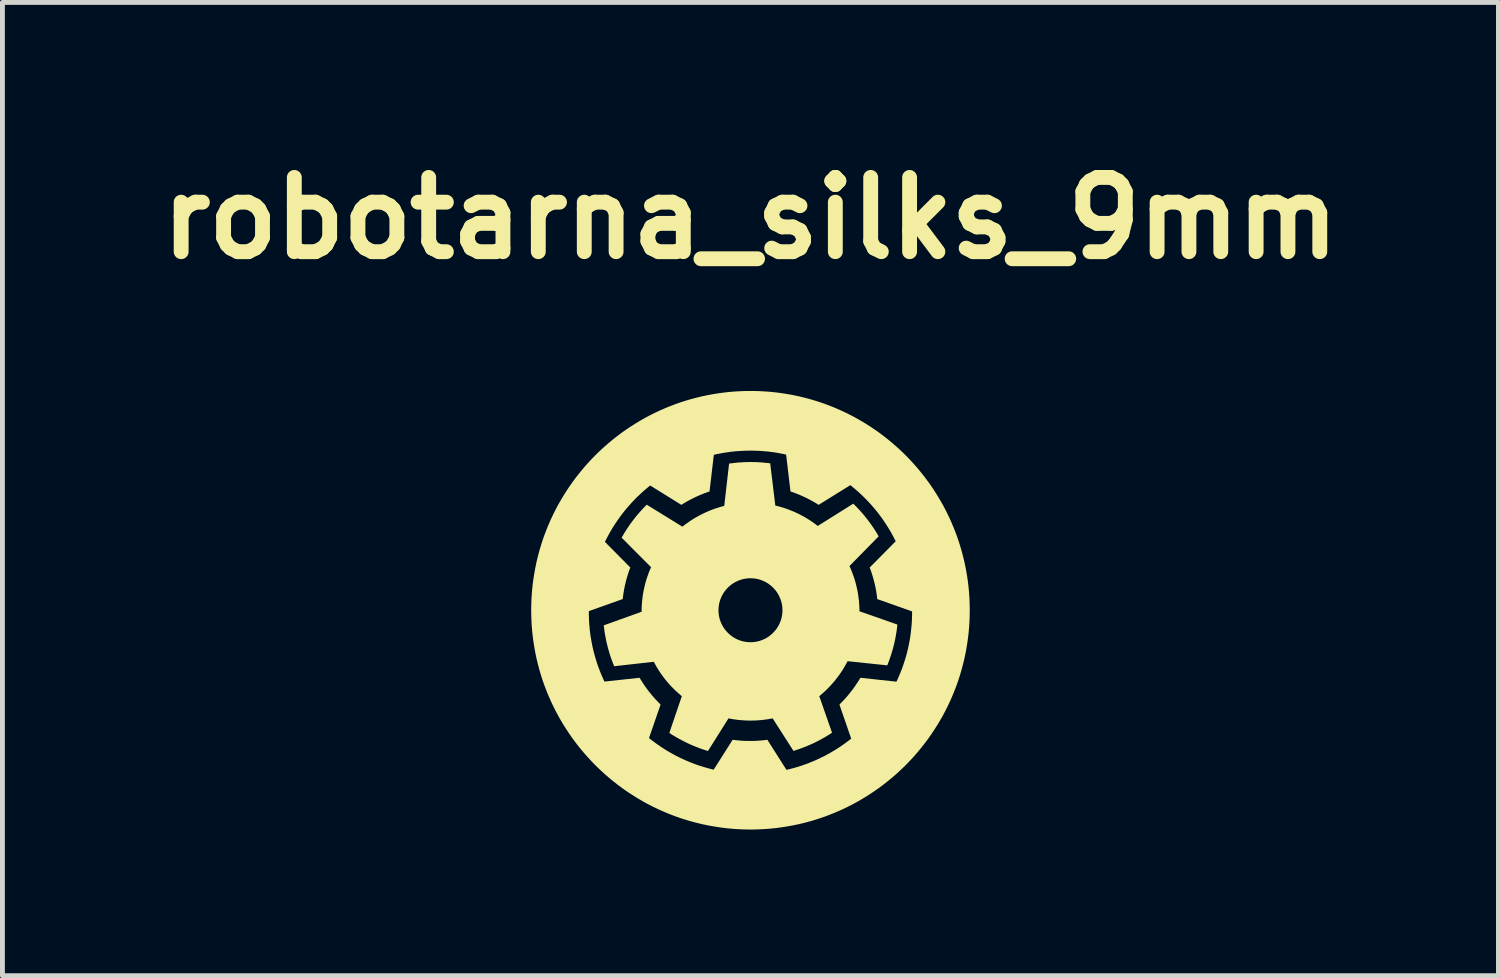
<source format=kicad_pcb>
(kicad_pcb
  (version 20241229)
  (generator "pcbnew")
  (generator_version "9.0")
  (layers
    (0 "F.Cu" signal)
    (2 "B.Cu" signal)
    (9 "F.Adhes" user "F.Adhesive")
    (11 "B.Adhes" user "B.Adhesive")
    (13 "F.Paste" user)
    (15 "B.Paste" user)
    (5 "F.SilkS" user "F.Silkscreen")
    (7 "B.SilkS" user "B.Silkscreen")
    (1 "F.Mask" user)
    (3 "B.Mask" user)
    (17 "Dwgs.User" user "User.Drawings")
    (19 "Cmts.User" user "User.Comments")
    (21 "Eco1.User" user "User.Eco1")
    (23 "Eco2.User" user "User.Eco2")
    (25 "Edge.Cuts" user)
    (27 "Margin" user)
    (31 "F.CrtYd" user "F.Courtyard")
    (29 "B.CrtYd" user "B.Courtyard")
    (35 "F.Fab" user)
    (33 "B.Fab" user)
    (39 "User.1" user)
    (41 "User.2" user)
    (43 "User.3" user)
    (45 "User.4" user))
  (footprint "robotarna_silks_9mm"
    (layer "F.Cu")
    (at 12.352 9.474)
    (property "Reference" "robotarna_silks_9mm" (at 0 -8.048 0) (layer "F.SilkS") (effects (font (size 1.524 1.524) (thickness 0.305))))
    (attr smd)
    (fp_poly (pts (xy -0.000008 0.656) (xy -2.975 0.552) (xy -2.966 0.6) (xy -2.956 0.647) (xy -2.945 0.694) (xy -2.933 0.741) (xy -2.921 0.788) (xy -2.908 0.834) (xy -2.894 0.88) (xy -2.88 0.926) (xy -2.865 0.971) (xy -2.849 1.016) (xy -2.832 1.061) (xy -2.815 1.105) (xy -2.797 1.149) (xy -1.984 1.058) (xy -1.961 1.101) (xy -1.937 1.143) (xy -1.913 1.185) (xy -1.887 1.226) (xy -1.861 1.267) (xy -1.834 1.307) (xy -1.806 1.346) (xy -1.777 1.385) (xy -1.747 1.423) (xy -1.717 1.46) (xy -1.685 1.497) (xy -1.653 1.533) (xy -1.62 1.568) (xy -1.587 1.602) (xy -1.553 1.636) (xy -1.518 1.669) (xy -1.482 1.702) (xy -1.446 1.733) (xy -1.409 1.764) (xy -1.665 2.518) (xy -1.625 2.544) (xy -1.584 2.57) (xy -1.542 2.595) (xy -1.5 2.619) (xy -1.458 2.643) (xy -1.415 2.666) (xy -1.372 2.688) (xy -1.329 2.71) (xy -1.285 2.731) (xy -1.24 2.752) (xy -1.196 2.771) (xy -1.15 2.79) (xy -1.105 2.808) (xy -1.059 2.826) (xy -1.013 2.843) (xy -0.966 2.859) (xy -0.92 2.874) (xy -0.872 2.889) (xy -0.451 2.219) (xy -0.402 2.229) (xy -0.353 2.237) (xy -0.304 2.244) (xy -0.254 2.25) (xy -0.204 2.255) (xy -0.154 2.259) (xy -0.104 2.262) (xy -0.053 2.264) (xy -0.002 2.265) (xy 0.045 2.264) (xy 0.092 2.263) (xy 0.138 2.261) (xy 0.184 2.257) (xy 0.23 2.253) (xy 0.276 2.248) (xy 0.321 2.242) (xy 0.366 2.235) (xy 0.411 2.227) (xy 0.455 2.219) (xy 0.883 2.887) (xy 0.93 2.872) (xy 0.977 2.856) (xy 1.023 2.84) (xy 1.069 2.823) (xy 1.115 2.806) (xy 1.16 2.787) (xy 1.205 2.768) (xy 1.25 2.749) (xy 1.294 2.728) (xy 1.338 2.707) (xy 1.381 2.685) (xy 1.424 2.663) (xy 1.467 2.639) (xy 1.509 2.616) (xy 1.551 2.591) (xy 1.592 2.566) (xy 1.633 2.54) (xy 1.674 2.514) (xy 1.412 1.764) (xy 1.449 1.732) (xy 1.486 1.7) (xy 1.522 1.667) (xy 1.558 1.634) (xy 1.593 1.599) (xy 1.626 1.564) (xy 1.66 1.528) (xy 1.692 1.492) (xy 1.724 1.455) (xy 1.754 1.417) (xy 1.784 1.378) (xy 1.813 1.339) (xy 1.842 1.299) (xy 1.869 1.258) (xy 1.896 1.217) (xy 1.921 1.175) (xy 1.946 1.132) (xy 1.97 1.089) (xy 1.993 1.046) (xy 2.807 1.131) (xy 2.825 1.087) (xy 2.842 1.043) (xy 2.858 0.998) (xy 2.873 0.953) (xy 2.888 0.908) (xy 2.902 0.862) (xy 2.916 0.816) (xy 2.928 0.77) (xy 2.94 0.724) (xy 2.952 0.677) (xy 2.962 0.63) (xy 2.972 0.583) (xy 2.981 0.535) (xy 2.989 0.488) (xy 2.997 0.439) (xy 3.004 0.391) (xy 3.01 0.343) (xy 3.015 0.294) (xy 2.237 0.021) (xy 2.236 -0.032) (xy 2.234 -0.084) (xy 2.231 -0.135) (xy 2.227 -0.186) (xy 2.221 -0.237) (xy 2.214 -0.288) (xy 2.207 -0.338) (xy 2.198 -0.388) (xy 2.188 -0.437) (xy 2.177 -0.486) (xy 2.165 -0.535) (xy 2.152 -0.583) (xy 2.138 -0.631) (xy 2.123 -0.678) (xy 2.106 -0.725) (xy 2.089 -0.771) (xy 2.071 -0.817) (xy 2.052 -0.863) (xy 2.032 -0.907) (xy 2.631 -1.517) (xy 2.606 -1.56) (xy 2.58 -1.603) (xy 2.553 -1.646) (xy 2.526 -1.688) (xy 2.497 -1.729) (xy 2.469 -1.77) (xy 2.439 -1.811) (xy 2.409 -1.851) (xy 2.378 -1.89) (xy 2.347 -1.929) (xy 2.315 -1.968) (xy 2.282 -2.006) (xy 2.249 -2.043) (xy 2.215 -2.08) (xy 2.181 -2.116) (xy 2.146 -2.152) (xy 2.11 -2.187) (xy 1.381 -1.73) (xy 1.343 -1.759) (xy 1.304 -1.788) (xy 1.265 -1.815) (xy 1.225 -1.842) (xy 1.184 -1.868) (xy 1.143 -1.894) (xy 1.101 -1.918) (xy 1.058 -1.941) (xy 1.015 -1.964) (xy 0.972 -1.985) (xy 0.928 -2.006) (xy 0.883 -2.026) (xy 0.838 -2.044) (xy 0.793 -2.062) (xy 0.747 -2.079) (xy 0.7 -2.095) (xy 0.653 -2.11) (xy 0.606 -2.124) (xy 0.558 -2.137) (xy 0.51 -2.148) (xy 0.405 -3.015) (xy 0.356 -3.021) (xy 0.307 -3.026) (xy 0.257 -3.031) (xy 0.207 -3.035) (xy 0.157 -3.038) (xy 0.106 -3.04) (xy 0.056 -3.041) (xy 0.005 -3.042) (xy -0.045 -3.041) (xy -0.095 -3.04) (xy -0.145 -3.038) (xy -0.194 -3.035) (xy -0.244 -3.032) (xy -0.293 -3.027) (xy -0.342 -3.022) (xy -0.39 -3.016) (xy -0.439 -3.01) (xy -0.538 -2.141) (xy -0.585 -2.129) (xy -0.632 -2.115) (xy -0.679 -2.101) (xy -0.726 -2.086) (xy -0.772 -2.069) (xy -0.817 -2.052) (xy -0.862 -2.034) (xy -0.906 -2.014) (xy -0.95 -1.994) (xy -0.994 -1.973) (xy -1.037 -1.951) (xy -1.079 -1.928) (xy -1.121 -1.905) (xy -1.162 -1.88) (xy -1.203 -1.855) (xy -1.243 -1.828) (xy -1.282 -1.801) (xy -1.321 -1.773) (xy -1.36 -1.745) (xy -1.397 -1.715) (xy -2.129 -2.166) (xy -2.164 -2.131) (xy -2.199 -2.095) (xy -2.233 -2.058) (xy -2.266 -2.021) (xy -2.299 -1.983) (xy -2.332 -1.945) (xy -2.363 -1.906) (xy -2.395 -1.866) (xy -2.425 -1.826) (xy -2.455 -1.786) (xy -2.484 -1.745) (xy -2.512 -1.703) (xy -2.54 -1.661) (xy -2.567 -1.619) (xy -2.594 -1.576) (xy -2.619 -1.532) (xy -2.644 -1.489) (xy -2.04 -0.883) (xy -2.059 -0.839) (xy -2.078 -0.795) (xy -2.095 -0.749) (xy -2.111 -0.704) (xy -2.127 -0.658) (xy -2.141 -0.612) (xy -2.155 -0.565) (xy -2.167 -0.517) (xy -2.178 -0.47) (xy -2.189 -0.422) (xy -2.198 -0.373) (xy -2.207 -0.325) (xy -2.214 -0.275) (xy -2.22 -0.226) (xy -2.225 -0.176) (xy -2.229 -0.126) (xy -2.232 -0.075) (xy -2.234 -0.025) (xy -2.234 0.026) (xy -2.234 0.031) (xy -3.011 0.31) (xy -3.005 0.359) (xy -2.999 0.407) (xy -2.992 0.456) (xy -2.984 0.504) (xy -2.975 0.552) (xy -0.000008 0.656) (xy -0.047 0.655) (xy -0.093 0.65) (xy -0.138 0.642) (xy -0.182 0.631) (xy -0.224 0.617) (xy -0.266 0.6) (xy -0.306 0.581) (xy -0.344 0.559) (xy -0.381 0.535) (xy -0.415 0.508) (xy -0.448 0.479) (xy -0.479 0.448) (xy -0.508 0.415) (xy -0.535 0.381) (xy -0.559 0.344) (xy -0.581 0.306) (xy -0.6 0.266) (xy -0.617 0.224) (xy -0.631 0.182) (xy -0.642 0.138) (xy -0.65 0.093) (xy -0.655 0.047) (xy -0.656 0.000015) (xy -0.655 -0.047) (xy -0.65 -0.093) (xy -0.642 -0.138) (xy -0.631 -0.182) (xy -0.617 -0.224) (xy -0.6 -0.266) (xy -0.581 -0.306) (xy -0.559 -0.344) (xy -0.535 -0.381) (xy -0.508 -0.415) (xy -0.479 -0.448) (xy -0.448 -0.479) (xy -0.415 -0.508) (xy -0.381 -0.535) (xy -0.344 -0.559) (xy -0.306 -0.581) (xy -0.266 -0.6) (xy -0.224 -0.617) (xy -0.182 -0.631) (xy -0.138 -0.642) (xy -0.093 -0.65) (xy -0.047 -0.655) (xy -0.000008 -0.656) (xy 0.047 -0.655) (xy 0.093 -0.65) (xy 0.138 -0.642) (xy 0.182 -0.631) (xy 0.224 -0.617) (xy 0.266 -0.6) (xy 0.306 -0.581) (xy 0.344 -0.559) (xy 0.38 -0.535) (xy 0.415 -0.508) (xy 0.448 -0.479) (xy 0.479 -0.448) (xy 0.508 -0.415) (xy 0.535 -0.381) (xy 0.559 -0.344) (xy 0.581 -0.306) (xy 0.6 -0.266) (xy 0.617 -0.224) (xy 0.631 -0.182) (xy 0.642 -0.138) (xy 0.65 -0.093) (xy 0.655 -0.047) (xy 0.656 0.000015) (xy 0.655 0.047) (xy 0.65 0.093) (xy 0.642 0.138) (xy 0.631 0.182) (xy 0.617 0.224) (xy 0.6 0.266) (xy 0.581 0.306) (xy 0.559 0.344) (xy 0.535 0.381) (xy 0.508 0.415) (xy 0.479 0.448) (xy 0.448 0.479) (xy 0.415 0.508) (xy 0.38 0.535) (xy 0.344 0.559) (xy 0.306 0.581) (xy 0.266 0.6) (xy 0.224 0.617) (xy 0.182 0.631) (xy 0.138 0.642) (xy 0.093 0.65) (xy 0.047 0.655) (xy -0.000008 0.656)) (stroke (width 0) (type solid)) (fill yes) (layer "F.SilkS"))
    (fp_poly (pts (xy 2.996 1.466) (xy 0.665 4.451) (xy 0.711 4.444) (xy 0.758 4.436) (xy 0.804 4.428) (xy 0.85 4.42) (xy 0.895 4.411) (xy 0.941 4.401) (xy 0.987 4.392) (xy 1.032 4.381) (xy 1.077 4.37) (xy 1.122 4.359) (xy 1.167 4.347) (xy 1.211 4.335) (xy 1.255 4.323) (xy 1.3 4.309) (xy 1.344 4.296) (xy 1.387 4.282) (xy 1.431 4.268) (xy 1.474 4.253) (xy 1.518 4.238) (xy 1.561 4.222) (xy 1.603 4.206) (xy 1.646 4.189) (xy 1.688 4.173) (xy 1.731 4.155) (xy 1.773 4.137) (xy 1.814 4.119) (xy 1.856 4.101) (xy 1.897 4.082) (xy 1.938 4.062) (xy 1.979 4.043) (xy 2.02 4.022) (xy 2.06 4.002) (xy 2.1 3.981) (xy 2.14 3.96) (xy 2.18 3.938) (xy 2.219 3.916) (xy 2.258 3.893) (xy 2.297 3.87) (xy 2.336 3.847) (xy 2.374 3.823) (xy 2.412 3.799) (xy 2.45 3.775) (xy 2.488 3.75) (xy 2.525 3.725) (xy 2.562 3.7) (xy 2.599 3.674) (xy 2.636 3.648) (xy 2.672 3.621) (xy 2.708 3.594) (xy 2.744 3.567) (xy 2.779 3.539) (xy 2.815 3.511) (xy 2.849 3.483) (xy 2.884 3.454) (xy 2.918 3.426) (xy 2.952 3.396) (xy 2.986 3.367) (xy 3.019 3.337) (xy 3.053 3.306) (xy 3.085 3.276) (xy 3.118 3.245) (xy 3.15 3.214) (xy 3.182 3.182) (xy 3.214 3.15) (xy 3.245 3.118) (xy 3.276 3.085) (xy 3.306 3.053) (xy 3.337 3.019) (xy 3.367 2.986) (xy 3.396 2.952) (xy 3.426 2.918) (xy 3.454 2.884) (xy 3.483 2.849) (xy 3.511 2.815) (xy 3.539 2.779) (xy 3.567 2.744) (xy 3.594 2.708) (xy 3.621 2.672) (xy 3.648 2.636) (xy 3.674 2.599) (xy 3.7 2.562) (xy 3.725 2.525) (xy 3.75 2.488) (xy 3.775 2.45) (xy 3.799 2.412) (xy 3.823 2.374) (xy 3.847 2.336) (xy 3.87 2.297) (xy 3.893 2.258) (xy 3.916 2.219) (xy 3.938 2.18) (xy 3.96 2.14) (xy 3.981 2.1) (xy 4.002 2.06) (xy 4.022 2.02) (xy 4.043 1.979) (xy 4.062 1.938) (xy 4.082 1.897) (xy 4.101 1.856) (xy 4.119 1.814) (xy 4.137 1.773) (xy 4.155 1.731) (xy 4.173 1.688) (xy 4.189 1.646) (xy 4.206 1.603) (xy 4.222 1.561) (xy 4.238 1.518) (xy 4.253 1.474) (xy 4.268 1.431) (xy 4.282 1.387) (xy 4.296 1.344) (xy 4.309 1.3) (xy 4.323 1.255) (xy 4.335 1.211) (xy 4.347 1.167) (xy 4.359 1.122) (xy 4.37 1.077) (xy 4.381 1.032) (xy 4.392 0.987) (xy 4.401 0.941) (xy 4.411 0.895) (xy 4.42 0.85) (xy 4.428 0.804) (xy 4.436 0.758) (xy 4.444 0.711) (xy 4.451 0.665) (xy 4.458 0.618) (xy 4.464 0.572) (xy 4.47 0.525) (xy 4.475 0.478) (xy 4.48 0.431) (xy 4.484 0.383) (xy 4.488 0.336) (xy 4.491 0.288) (xy 4.494 0.241) (xy 4.496 0.193) (xy 4.498 0.145) (xy 4.499 0.097) (xy 4.5 0.048) (xy 4.5 0.000013) (xy 4.5 -0.048) (xy 4.499 -0.097) (xy 4.498 -0.145) (xy 4.496 -0.193) (xy 4.494 -0.241) (xy 4.491 -0.288) (xy 4.488 -0.336) (xy 4.484 -0.383) (xy 4.48 -0.431) (xy 4.475 -0.478) (xy 4.47 -0.525) (xy 4.464 -0.572) (xy 4.458 -0.618) (xy 4.451 -0.665) (xy 4.444 -0.711) (xy 4.436 -0.758) (xy 4.428 -0.804) (xy 4.42 -0.85) (xy 4.411 -0.895) (xy 4.401 -0.941) (xy 4.392 -0.987) (xy 4.381 -1.032) (xy 4.37 -1.077) (xy 4.359 -1.122) (xy 4.347 -1.167) (xy 4.335 -1.211) (xy 4.323 -1.255) (xy 4.309 -1.3) (xy 4.296 -1.344) (xy 4.282 -1.387) (xy 4.268 -1.431) (xy 4.253 -1.474) (xy 4.238 -1.518) (xy 4.222 -1.561) (xy 4.206 -1.603) (xy 4.189 -1.646) (xy 4.173 -1.688) (xy 4.155 -1.731) (xy 4.137 -1.773) (xy 4.119 -1.814) (xy 4.101 -1.856) (xy 4.082 -1.897) (xy 4.062 -1.938) (xy 4.043 -1.979) (xy 4.022 -2.02) (xy 4.002 -2.06) (xy 3.981 -2.1) (xy 3.96 -2.14) (xy 3.938 -2.18) (xy 3.916 -2.219) (xy 3.893 -2.258) (xy 3.87 -2.297) (xy 3.847 -2.336) (xy 3.823 -2.374) (xy 3.799 -2.412) (xy 3.775 -2.45) (xy 3.75 -2.488) (xy 3.725 -2.525) (xy 3.7 -2.562) (xy 3.674 -2.599) (xy 3.648 -2.636) (xy 3.621 -2.672) (xy 3.594 -2.708) (xy 3.567 -2.744) (xy 3.539 -2.779) (xy 3.511 -2.815) (xy 3.483 -2.849) (xy 3.454 -2.884) (xy 3.426 -2.918) (xy 3.396 -2.952) (xy 3.367 -2.986) (xy 3.337 -3.019) (xy 3.306 -3.053) (xy 3.276 -3.085) (xy 3.245 -3.118) (xy 3.214 -3.15) (xy 3.182 -3.182) (xy 3.15 -3.214) (xy 3.118 -3.245) (xy 3.085 -3.276) (xy 3.053 -3.306) (xy 3.019 -3.337) (xy 2.986 -3.367) (xy 2.952 -3.396) (xy 2.918 -3.426) (xy 2.884 -3.454) (xy 2.849 -3.483) (xy 2.815 -3.511) (xy 2.779 -3.539) (xy 2.744 -3.567) (xy 2.708 -3.594) (xy 2.672 -3.621) (xy 2.636 -3.648) (xy 2.599 -3.674) (xy 2.562 -3.7) (xy 2.525 -3.725) (xy 2.488 -3.75) (xy 2.45 -3.775) (xy 2.412 -3.799) (xy 2.374 -3.823) (xy 2.336 -3.847) (xy 2.297 -3.87) (xy 2.258 -3.893) (xy 2.219 -3.916) (xy 2.18 -3.938) (xy 2.14 -3.96) (xy 2.1 -3.981) (xy 2.06 -4.002) (xy 2.02 -4.022) (xy 1.979 -4.043) (xy 1.938 -4.062) (xy 1.897 -4.082) (xy 1.856 -4.101) (xy 1.814 -4.119) (xy 1.773 -4.137) (xy 1.731 -4.155) (xy 1.688 -4.173) (xy 1.646 -4.189) (xy 1.603 -4.206) (xy 1.561 -4.222) (xy 1.518 -4.238) (xy 1.474 -4.253) (xy 1.431 -4.268) (xy 1.387 -4.282) (xy 1.344 -4.296) (xy 1.3 -4.309) (xy 1.255 -4.323) (xy 1.211 -4.335) (xy 1.167 -4.347) (xy 1.122 -4.359) (xy 1.077 -4.37) (xy 1.032 -4.381) (xy 0.987 -4.392) (xy 0.941 -4.401) (xy 0.895 -4.411) (xy 0.85 -4.42) (xy 0.804 -4.428) (xy 0.758 -4.436) (xy 0.711 -4.444) (xy 0.665 -4.451) (xy 0.618 -4.458) (xy 0.572 -4.464) (xy 0.525 -4.47) (xy 0.478 -4.475) (xy 0.431 -4.48) (xy 0.383 -4.484) (xy 0.336 -4.488) (xy 0.288 -4.491) (xy 0.241 -4.494) (xy 0.193 -4.496) (xy 0.145 -4.498) (xy 0.097 -4.499) (xy 0.048 -4.5) (xy -0.000013 -4.5) (xy -0.048 -4.5) (xy -0.097 -4.499) (xy -0.145 -4.498) (xy -0.193 -4.496) (xy -0.241 -4.494) (xy -0.288 -4.491) (xy -0.336 -4.488) (xy -0.383 -4.484) (xy -0.431 -4.48) (xy -0.478 -4.475) (xy -0.525 -4.47) (xy -0.572 -4.464) (xy -0.618 -4.458) (xy -0.665 -4.451) (xy -0.711 -4.444) (xy -0.758 -4.436) (xy -0.804 -4.428) (xy -0.85 -4.42) (xy -0.895 -4.411) (xy -0.941 -4.401) (xy -0.987 -4.392) (xy -1.032 -4.381) (xy -1.077 -4.37) (xy -1.122 -4.359) (xy -1.167 -4.347) (xy -1.211 -4.335) (xy -1.255 -4.323) (xy -1.3 -4.309) (xy -1.344 -4.296) (xy -1.387 -4.282) (xy -1.431 -4.268) (xy -1.474 -4.253) (xy -1.518 -4.238) (xy -1.561 -4.222) (xy -1.603 -4.206) (xy -1.646 -4.189) (xy -1.688 -4.173) (xy -1.731 -4.155) (xy -1.773 -4.137) (xy -1.814 -4.119) (xy -1.856 -4.101) (xy -1.897 -4.082) (xy -1.938 -4.062) (xy -1.979 -4.043) (xy -2.02 -4.022) (xy -2.06 -4.002) (xy -2.1 -3.981) (xy -2.14 -3.96) (xy -2.18 -3.938) (xy -2.219 -3.916) (xy -2.258 -3.893) (xy -2.297 -3.87) (xy -2.336 -3.847) (xy -2.374 -3.823) (xy -2.412 -3.799) (xy -2.45 -3.775) (xy -2.488 -3.75) (xy -2.525 -3.725) (xy -2.562 -3.7) (xy -2.599 -3.674) (xy -2.636 -3.648) (xy -2.672 -3.621) (xy -2.708 -3.594) (xy -2.744 -3.567) (xy -2.779 -3.539) (xy -2.815 -3.511) (xy -2.849 -3.483) (xy -2.884 -3.454) (xy -2.918 -3.426) (xy -2.952 -3.396) (xy -2.986 -3.367) (xy -3.019 -3.337) (xy -3.053 -3.306) (xy -3.085 -3.276) (xy -3.118 -3.245) (xy -3.15 -3.214) (xy -3.182 -3.182) (xy -3.214 -3.15) (xy -3.245 -3.118) (xy -3.276 -3.085) (xy -3.306 -3.053) (xy -3.337 -3.019) (xy -3.367 -2.986) (xy -3.396 -2.952) (xy -3.426 -2.918) (xy -3.454 -2.884) (xy -3.483 -2.849) (xy -3.511 -2.815) (xy -3.539 -2.779) (xy -3.567 -2.744) (xy -3.594 -2.708) (xy -3.621 -2.672) (xy -3.648 -2.636) (xy -3.674 -2.599) (xy -3.7 -2.562) (xy -3.725 -2.525) (xy -3.75 -2.488) (xy -3.775 -2.45) (xy -3.799 -2.412) (xy -3.823 -2.374) (xy -3.847 -2.336) (xy -3.87 -2.297) (xy -3.893 -2.258) (xy -3.916 -2.219) (xy -3.938 -2.18) (xy -3.96 -2.14) (xy -3.981 -2.1) (xy -4.002 -2.06) (xy -4.022 -2.02) (xy -4.043 -1.979) (xy -4.062 -1.938) (xy -4.082 -1.897) (xy -4.101 -1.856) (xy -4.119 -1.814) (xy -4.137 -1.773) (xy -4.155 -1.731) (xy -4.173 -1.688) (xy -4.189 -1.646) (xy -4.206 -1.603) (xy -4.222 -1.561) (xy -4.238 -1.518) (xy -4.253 -1.474) (xy -4.268 -1.431) (xy -4.282 -1.387) (xy -4.296 -1.344) (xy -4.309 -1.3) (xy -4.323 -1.255) (xy -4.335 -1.211) (xy -4.347 -1.167) (xy -4.359 -1.122) (xy -4.37 -1.077) (xy -4.381 -1.032) (xy -4.392 -0.987) (xy -4.401 -0.941) (xy -4.411 -0.895) (xy -4.42 -0.85) (xy -4.428 -0.804) (xy -4.436 -0.758) (xy -4.444 -0.711) (xy -4.451 -0.665) (xy -4.458 -0.618) (xy -4.464 -0.572) (xy -4.47 -0.525) (xy -4.475 -0.478) (xy -4.48 -0.431) (xy -4.484 -0.383) (xy -4.488 -0.336) (xy -4.491 -0.288) (xy -4.494 -0.241) (xy -4.496 -0.193) (xy -4.498 -0.145) (xy -4.499 -0.097) (xy -4.5 -0.048) (xy -4.5 0.000013) (xy -4.5 0.048) (xy -4.499 0.097) (xy -4.498 0.145) (xy -4.496 0.193) (xy -4.494 0.241) (xy -4.491 0.288) (xy -4.488 0.336) (xy -4.484 0.383) (xy -4.48 0.431) (xy -4.475 0.478) (xy -4.47 0.525) (xy -4.464 0.572) (xy -4.458 0.618) (xy -4.451 0.665) (xy -4.444 0.711) (xy -4.436 0.758) (xy -4.428 0.804) (xy -4.42 0.85) (xy -4.411 0.895) (xy -4.401 0.941) (xy -4.392 0.987) (xy -4.381 1.032) (xy -4.37 1.077) (xy -4.359 1.122) (xy -4.347 1.167) (xy -4.335 1.211) (xy -4.323 1.255) (xy -4.309 1.3) (xy -4.296 1.344) (xy -4.282 1.387) (xy -4.268 1.431) (xy -4.253 1.474) (xy -4.238 1.518) (xy -4.222 1.561) (xy -4.206 1.603) (xy -4.189 1.646) (xy -4.173 1.688) (xy -4.155 1.731) (xy -4.137 1.773) (xy -4.119 1.814) (xy -4.101 1.856) (xy -4.082 1.897) (xy -4.062 1.938) (xy -4.043 1.979) (xy -4.022 2.02) (xy -4.002 2.06) (xy -3.981 2.1) (xy -3.96 2.14) (xy -3.938 2.18) (xy -3.916 2.219) (xy -3.893 2.258) (xy -3.87 2.297) (xy -3.847 2.336) (xy -3.823 2.374) (xy -3.799 2.412) (xy -3.775 2.45) (xy -3.75 2.488) (xy -3.725 2.525) (xy -3.7 2.562) (xy -3.674 2.599) (xy -3.648 2.636) (xy -3.621 2.672) (xy -3.594 2.708) (xy -3.567 2.744) (xy -3.539 2.779) (xy -3.511 2.815) (xy -3.483 2.849) (xy -3.454 2.884) (xy -3.426 2.918) (xy -3.396 2.952) (xy -3.367 2.986) (xy -3.337 3.019) (xy -3.306 3.053) (xy -3.276 3.085) (xy -3.245 3.118) (xy -3.214 3.15) (xy -3.182 3.182) (xy -3.15 3.214) (xy -3.118 3.245) (xy -3.085 3.276) (xy -3.053 3.306) (xy -3.019 3.337) (xy -2.986 3.367) (xy -2.952 3.396) (xy -2.918 3.426) (xy -2.884 3.454) (xy -2.849 3.483) (xy -2.815 3.511) (xy -2.779 3.539) (xy -2.744 3.567) (xy -2.708 3.594) (xy -2.672 3.621) (xy -2.636 3.648) (xy -2.599 3.674) (xy -2.562 3.7) (xy -2.525 3.725) (xy -2.488 3.75) (xy -2.45 3.775) (xy -2.412 3.799) (xy -2.374 3.823) (xy -2.336 3.847) (xy -2.297 3.87) (xy -2.258 3.893) (xy -2.219 3.916) (xy -2.18 3.938) (xy -2.14 3.96) (xy -2.1 3.981) (xy -2.06 4.002) (xy -2.02 4.022) (xy -1.979 4.043) (xy -1.938 4.062) (xy -1.897 4.082) (xy -1.856 4.101) (xy -1.814 4.119) (xy -1.773 4.137) (xy -1.731 4.155) (xy -1.688 4.173) (xy -1.646 4.189) (xy -1.603 4.206) (xy -1.561 4.222) (xy -1.518 4.238) (xy -1.474 4.253) (xy -1.431 4.268) (xy -1.387 4.282) (xy -1.344 4.296) (xy -1.3 4.309) (xy -1.255 4.323) (xy -1.211 4.335) (xy -1.167 4.347) (xy -1.122 4.359) (xy -1.077 4.37) (xy -1.032 4.381) (xy -0.987 4.392) (xy -0.941 4.401) (xy -0.895 4.411) (xy -0.85 4.42) (xy -0.804 4.428) (xy -0.758 4.436) (xy -0.711 4.444) (xy -0.665 4.451) (xy -0.618 4.458) (xy -0.572 4.464) (xy -0.525 4.47) (xy -0.478 4.475) (xy -0.431 4.48) (xy -0.383 4.484) (xy -0.336 4.488) (xy -0.288 4.491) (xy -0.241 4.494) (xy -0.193 4.496) (xy -0.145 4.498) (xy -0.097 4.499) (xy -0.048 4.5) (xy -0.000013 4.5) (xy 0.048 4.5) (xy 0.097 4.499) (xy 0.145 4.498) (xy 0.193 4.496) (xy 0.241 4.494) (xy 0.288 4.491) (xy 0.336 4.488) (xy 0.383 4.484) (xy 0.431 4.48) (xy 0.478 4.475) (xy 0.525 4.47) (xy 0.572 4.464) (xy 0.618 4.458) (xy 0.665 4.451) (xy 2.996 1.466) (xy 2.257 1.386) (xy 2.231 1.429) (xy 2.204 1.471) (xy 2.176 1.513) (xy 2.148 1.555) (xy 2.119 1.595) (xy 2.09 1.636) (xy 2.059 1.675) (xy 2.028 1.714) (xy 1.996 1.753) (xy 1.963 1.791) (xy 1.93 1.828) (xy 1.896 1.864) (xy 1.861 1.9) (xy 1.826 1.936) (xy 2.067 2.635) (xy 2.028 2.666) (xy 1.989 2.695) (xy 1.95 2.725) (xy 1.91 2.753) (xy 1.87 2.781) (xy 1.829 2.809) (xy 1.788 2.835) (xy 1.746 2.862) (xy 1.705 2.887) (xy 1.662 2.912) (xy 1.619 2.937) (xy 1.576 2.96) (xy 1.533 2.984) (xy 1.489 3.006) (xy 1.444 3.028) (xy 1.4 3.049) (xy 1.355 3.07) (xy 1.309 3.09) (xy 1.263 3.109) (xy 1.217 3.128) (xy 1.171 3.146) (xy 1.124 3.163) (xy 1.077 3.179) (xy 1.03 3.195) (xy 0.982 3.211) (xy 0.934 3.225) (xy 0.885 3.239) (xy 0.837 3.252) (xy 0.788 3.264) (xy 0.739 3.276) (xy 0.347 2.659) (xy 0.303 2.664) (xy 0.259 2.669) (xy 0.215 2.673) (xy 0.17 2.677) (xy 0.126 2.68) (xy 0.081 2.681) (xy 0.036 2.683) (xy -0.01 2.683) (xy -0.055 2.683) (xy -0.1 2.681) (xy -0.145 2.68) (xy -0.19 2.677) (xy -0.234 2.673) (xy -0.278 2.669) (xy -0.322 2.664) (xy -0.366 2.659) (xy -0.755 3.272) (xy -0.805 3.26) (xy -0.853 3.247) (xy -0.902 3.234) (xy -0.95 3.22) (xy -0.999 3.205) (xy -1.046 3.19) (xy -1.094 3.174) (xy -1.141 3.157) (xy -1.187 3.139) (xy -1.234 3.121) (xy -1.28 3.102) (xy -1.326 3.083) (xy -1.371 3.062) (xy -1.416 3.042) (xy -1.461 3.02) (xy -1.505 2.998) (xy -1.549 2.975) (xy -1.592 2.952) (xy -1.635 2.928) (xy -1.678 2.903) (xy -1.72 2.878) (xy -1.762 2.852) (xy -1.804 2.825) (xy -1.845 2.798) (xy -1.885 2.77) (xy -1.926 2.742) (xy -1.965 2.713) (xy -2.005 2.684) (xy -2.044 2.654) (xy -2.082 2.623) (xy -1.845 1.936) (xy -1.88 1.9) (xy -1.915 1.864) (xy -1.949 1.828) (xy -1.982 1.791) (xy -2.015 1.753) (xy -2.047 1.714) (xy -2.078 1.675) (xy -2.109 1.636) (xy -2.139 1.595) (xy -2.168 1.555) (xy -2.196 1.513) (xy -2.223 1.471) (xy -2.25 1.429) (xy -2.276 1.386) (xy -2.997 1.464) (xy -3.017 1.42) (xy -3.037 1.377) (xy -3.056 1.333) (xy -3.074 1.289) (xy -3.092 1.244) (xy -3.109 1.199) (xy -3.126 1.154) (xy -3.142 1.108) (xy -3.157 1.063) (xy -3.171 1.016) (xy -3.185 0.97) (xy -3.198 0.923) (xy -3.211 0.876) (xy -3.223 0.829) (xy -3.234 0.782) (xy -3.245 0.734) (xy -3.254 0.686) (xy -3.263 0.638) (xy -3.272 0.589) (xy -3.28 0.541) (xy -3.287 0.492) (xy -3.293 0.442) (xy -3.299 0.393) (xy -3.303 0.343) (xy -3.308 0.294) (xy -3.311 0.243) (xy -3.314 0.193) (xy -3.315 0.143) (xy -3.317 0.092) (xy -3.317 0.041) (xy -3.317 0.018) (xy -2.622 -0.229) (xy -2.616 -0.277) (xy -2.61 -0.325) (xy -2.602 -0.373) (xy -2.594 -0.421) (xy -2.585 -0.468) (xy -2.575 -0.515) (xy -2.564 -0.561) (xy -2.553 -0.607) (xy -2.54 -0.653) (xy -2.527 -0.699) (xy -2.513 -0.744) (xy -2.498 -0.789) (xy -2.483 -0.833) (xy -2.466 -0.877) (xy -2.987 -1.403) (xy -2.965 -1.448) (xy -2.942 -1.492) (xy -2.918 -1.537) (xy -2.894 -1.581) (xy -2.869 -1.624) (xy -2.844 -1.667) (xy -2.818 -1.71) (xy -2.791 -1.752) (xy -2.763 -1.794) (xy -2.735 -1.835) (xy -2.707 -1.876) (xy -2.678 -1.917) (xy -2.648 -1.957) (xy -2.618 -1.996) (xy -2.587 -2.035) (xy -2.555 -2.074) (xy -2.523 -2.112) (xy -2.49 -2.149) (xy -2.457 -2.187) (xy -2.424 -2.223) (xy -2.389 -2.259) (xy -2.355 -2.295) (xy -2.319 -2.33) (xy -2.283 -2.364) (xy -2.247 -2.398) (xy -2.21 -2.432) (xy -2.173 -2.465) (xy -2.135 -2.497) (xy -2.097 -2.529) (xy -2.058 -2.56) (xy -1.419 -2.163) (xy -1.377 -2.188) (xy -1.335 -2.214) (xy -1.292 -2.238) (xy -1.249 -2.262) (xy -1.205 -2.285) (xy -1.161 -2.307) (xy -1.117 -2.328) (xy -1.072 -2.348) (xy -1.026 -2.368) (xy -0.98 -2.387) (xy -0.934 -2.405) (xy -0.887 -2.422) (xy -0.84 -2.438) (xy -0.752 -3.19) (xy -0.703 -3.201) (xy -0.655 -3.211) (xy -0.606 -3.22) (xy -0.557 -3.229) (xy -0.507 -3.237) (xy -0.457 -3.244) (xy -0.407 -3.251) (xy -0.357 -3.257) (xy -0.307 -3.262) (xy -0.256 -3.266) (xy -0.205 -3.269) (xy -0.154 -3.272) (xy -0.103 -3.274) (xy -0.052 -3.275) (xy -0.000013 -3.276) (xy 0.05 -3.275) (xy 0.1 -3.274) (xy 0.15 -3.272) (xy 0.2 -3.27) (xy 0.249 -3.266) (xy 0.299 -3.262) (xy 0.348 -3.258) (xy 0.396 -3.252) (xy 0.445 -3.246) (xy 0.494 -3.239) (xy 0.542 -3.232) (xy 0.59 -3.223) (xy 0.637 -3.214) (xy 0.685 -3.205) (xy 0.732 -3.194) (xy 0.821 -2.438) (xy 0.868 -2.422) (xy 0.915 -2.405) (xy 0.961 -2.387) (xy 1.007 -2.368) (xy 1.053 -2.348) (xy 1.098 -2.328) (xy 1.142 -2.307) (xy 1.186 -2.285) (xy 1.23 -2.262) (xy 1.273 -2.238) (xy 1.316 -2.214) (xy 1.358 -2.188) (xy 1.399 -2.163) (xy 2.05 -2.567) (xy 2.088 -2.536) (xy 2.127 -2.504) (xy 2.165 -2.472) (xy 2.202 -2.439) (xy 2.239 -2.406) (xy 2.275 -2.372) (xy 2.311 -2.338) (xy 2.346 -2.303) (xy 2.381 -2.268) (xy 2.415 -2.232) (xy 2.449 -2.196) (xy 2.482 -2.159) (xy 2.515 -2.121) (xy 2.547 -2.083) (xy 2.579 -2.045) (xy 2.61 -2.006) (xy 2.64 -1.967) (xy 2.67 -1.927) (xy 2.699 -1.887) (xy 2.728 -1.846) (xy 2.756 -1.805) (xy 2.783 -1.763) (xy 2.81 -1.721) (xy 2.836 -1.679) (xy 2.862 -1.636) (xy 2.887 -1.593) (xy 2.911 -1.549) (xy 2.935 -1.505) (xy 2.958 -1.46) (xy 2.981 -1.416) (xy 2.447 -0.877) (xy 2.464 -0.833) (xy 2.479 -0.789) (xy 2.494 -0.744) (xy 2.508 -0.699) (xy 2.521 -0.653) (xy 2.533 -0.607) (xy 2.545 -0.561) (xy 2.556 -0.515) (xy 2.566 -0.468) (xy 2.575 -0.421) (xy 2.583 -0.373) (xy 2.59 -0.325) (xy 2.597 -0.277) (xy 2.602 -0.229) (xy 3.317 0.024) (xy 3.317 0.041) (xy 3.317 0.092) (xy 3.315 0.143) (xy 3.314 0.193) (xy 3.311 0.244) (xy 3.308 0.294) (xy 3.303 0.344) (xy 3.298 0.394) (xy 3.293 0.443) (xy 3.287 0.492) (xy 3.28 0.541) (xy 3.272 0.59) (xy 3.263 0.639) (xy 3.254 0.687) (xy 3.244 0.735) (xy 3.234 0.783) (xy 3.222 0.83) (xy 3.211 0.878) (xy 3.198 0.925) (xy 3.185 0.971) (xy 3.171 1.018) (xy 3.156 1.064) (xy 3.141 1.11) (xy 3.125 1.155) (xy 3.109 1.201) (xy 3.091 1.246) (xy 3.074 1.29) (xy 3.055 1.335) (xy 3.036 1.379) (xy 3.017 1.422) (xy 2.996 1.466)) (stroke (width 0) (type solid)) (fill yes) (layer "F.SilkS")))
  (gr_rect
    (start -3 -3)
    (end 27.703 16.974)
    (stroke (width 0.1) (type default))
    (fill no)
    (layer "Edge.Cuts")))
</source>
